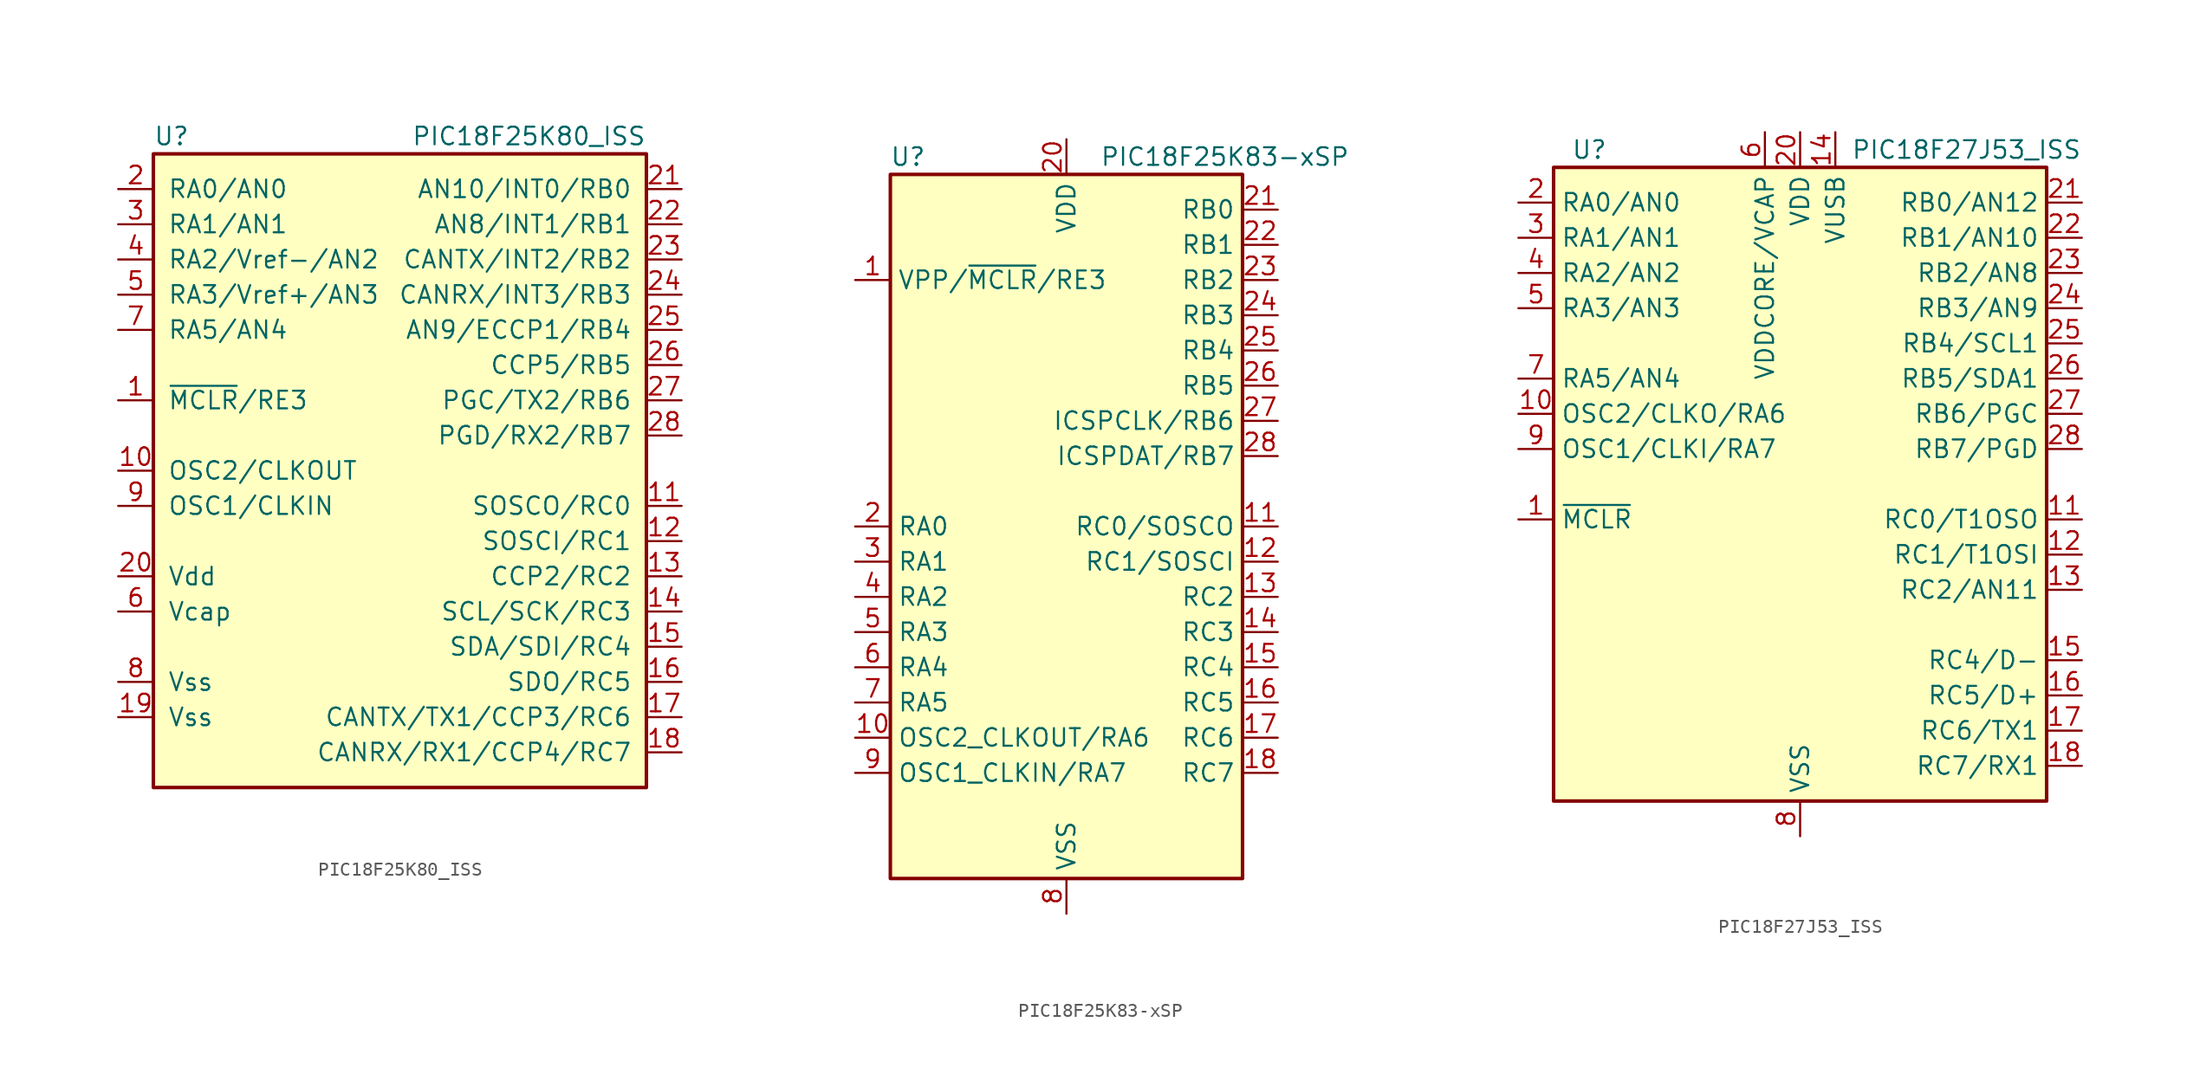
<source format=kicad_sym>
(kicad_symbol_lib
  (version 20241209)
  (generator "kicad_symbol_editor")
  (generator_version "9.0")
  (symbol "PIC18F25K80_ISS"
    (pin_names
      (offset 1.016))
    (property "Reference" "U"
      (at -17.78 24.13 0)
      (effects (font (size 1.27 1.27)) (justify left)))
    (property "Value" "PIC18F25K80_ISS"
      (at 17.78 24.13 0)
      (effects (font (size 1.27 1.27)) (justify right)))
    (symbol "PIC18F25K80_ISS_0_1"
      (rectangle (start -17.78 22.86) (end 17.78 -22.86) (stroke (width 0.254) (type default)) (fill (type background))))
    (symbol "PIC18F25K80_ISS_1_1"
      (pin bidirectional line (at -20.32 20.32 0) (length 2.54) (name "RA0/AN0" (effects (font (size 1.27 1.27)))) (number "2" (effects (font (size 1.27 1.27)))))
      (pin bidirectional line (at -20.32 17.78 0) (length 2.54) (name "RA1/AN1" (effects (font (size 1.27 1.27)))) (number "3" (effects (font (size 1.27 1.27)))))
      (pin bidirectional line (at -20.32 15.24 0) (length 2.54) (name "RA2/Vref-/AN2" (effects (font (size 1.27 1.27)))) (number "4" (effects (font (size 1.27 1.27)))))
      (pin bidirectional line (at -20.32 12.7 0) (length 2.54) (name "RA3/Vref+/AN3" (effects (font (size 1.27 1.27)))) (number "5" (effects (font (size 1.27 1.27)))))
      (pin bidirectional line (at -20.32 10.16 0) (length 2.54) (name "RA5/AN4" (effects (font (size 1.27 1.27)))) (number "7" (effects (font (size 1.27 1.27)))))
      (pin bidirectional line (at -20.32 5.08 0) (length 2.54) (name "~{MCLR}/RE3" (effects (font (size 1.27 1.27)))) (number "1" (effects (font (size 1.27 1.27)))))
      (pin input line (at -20.32 0 0) (length 2.54) (name "OSC2/CLKOUT" (effects (font (size 1.27 1.27)))) (number "10" (effects (font (size 1.27 1.27)))))
      (pin input line (at -20.32 -2.54 0) (length 2.54) (name "OSC1/CLKIN" (effects (font (size 1.27 1.27)))) (number "9" (effects (font (size 1.27 1.27)))))
      (pin power_in line (at -20.32 -7.62 0) (length 2.54) (name "Vdd" (effects (font (size 1.27 1.27)))) (number "20" (effects (font (size 1.27 1.27)))))
      (pin power_in line (at -20.32 -10.16 0) (length 2.54) (name "Vcap" (effects (font (size 1.27 1.27)))) (number "6" (effects (font (size 1.27 1.27)))))
      (pin power_in line (at -20.32 -15.24 0) (length 2.54) (name "Vss" (effects (font (size 1.27 1.27)))) (number "8" (effects (font (size 1.27 1.27)))))
      (pin power_in line (at -20.32 -17.78 0) (length 2.54) (name "Vss" (effects (font (size 1.27 1.27)))) (number "19" (effects (font (size 1.27 1.27)))))
      (pin bidirectional line (at 20.32 20.32 180) (length 2.54) (name "AN10/INT0/RB0" (effects (font (size 1.27 1.27)))) (number "21" (effects (font (size 1.27 1.27)))))
      (pin bidirectional line (at 20.32 17.78 180) (length 2.54) (name "AN8/INT1/RB1" (effects (font (size 1.27 1.27)))) (number "22" (effects (font (size 1.27 1.27)))))
      (pin bidirectional line (at 20.32 15.24 180) (length 2.54) (name "CANTX/INT2/RB2" (effects (font (size 1.27 1.27)))) (number "23" (effects (font (size 1.27 1.27)))))
      (pin bidirectional line (at 20.32 12.7 180) (length 2.54) (name "CANRX/INT3/RB3" (effects (font (size 1.27 1.27)))) (number "24" (effects (font (size 1.27 1.27)))))
      (pin bidirectional line (at 20.32 10.16 180) (length 2.54) (name "AN9/ECCP1/RB4" (effects (font (size 1.27 1.27)))) (number "25" (effects (font (size 1.27 1.27)))))
      (pin bidirectional line (at 20.32 7.62 180) (length 2.54) (name "CCP5/RB5" (effects (font (size 1.27 1.27)))) (number "26" (effects (font (size 1.27 1.27)))))
      (pin bidirectional line (at 20.32 5.08 180) (length 2.54) (name "PGC/TX2/RB6" (effects (font (size 1.27 1.27)))) (number "27" (effects (font (size 1.27 1.27)))))
      (pin bidirectional line (at 20.32 2.54 180) (length 2.54) (name "PGD/RX2/RB7" (effects (font (size 1.27 1.27)))) (number "28" (effects (font (size 1.27 1.27)))))
      (pin bidirectional line (at 20.32 -2.54 180) (length 2.54) (name "SOSCO/RC0" (effects (font (size 1.27 1.27)))) (number "11" (effects (font (size 1.27 1.27)))))
      (pin bidirectional line (at 20.32 -5.08 180) (length 2.54) (name "SOSCI/RC1" (effects (font (size 1.27 1.27)))) (number "12" (effects (font (size 1.27 1.27)))))
      (pin bidirectional line (at 20.32 -7.62 180) (length 2.54) (name "CCP2/RC2" (effects (font (size 1.27 1.27)))) (number "13" (effects (font (size 1.27 1.27)))))
      (pin bidirectional line (at 20.32 -10.16 180) (length 2.54) (name "SCL/SCK/RC3" (effects (font (size 1.27 1.27)))) (number "14" (effects (font (size 1.27 1.27)))))
      (pin bidirectional line (at 20.32 -12.7 180) (length 2.54) (name "SDA/SDI/RC4" (effects (font (size 1.27 1.27)))) (number "15" (effects (font (size 1.27 1.27)))))
      (pin bidirectional line (at 20.32 -15.24 180) (length 2.54) (name "SDO/RC5" (effects (font (size 1.27 1.27)))) (number "16" (effects (font (size 1.27 1.27)))))
      (pin bidirectional line (at 20.32 -17.78 180) (length 2.54) (name "CANTX/TX1/CCP3/RC6" (effects (font (size 1.27 1.27)))) (number "17" (effects (font (size 1.27 1.27)))))
      (pin bidirectional line (at 20.32 -20.32 180) (length 2.54) (name "CANRX/RX1/CCP4/RC7" (effects (font (size 1.27 1.27)))) (number "18" (effects (font (size 1.27 1.27)))))))
  (symbol "PIC18F25K83-xSP"
    (property "Reference" "U"
      (at -11.43 26.67 0)
      (effects (font (size 1.27 1.27))))
    (property "Value" "PIC18F25K83-xSP"
      (at 11.43 26.67 0)
      (effects (font (size 1.27 1.27))))
    (symbol "PIC18F25K83-xSP_0_1"
      (rectangle (start -12.7 -25.4) (end 12.7 25.4) (stroke (width 0.254) (type default)) (fill (type background))))
    (symbol "PIC18F25K83-xSP_1_1"
      (pin input line (at -15.24 17.78 0) (length 2.54) (name "VPP/~{MCLR}/RE3" (effects (font (size 1.27 1.27)))) (number "1" (effects (font (size 1.27 1.27)))))
      (pin bidirectional line (at -15.24 0 0) (length 2.54) (name "RA0" (effects (font (size 1.27 1.27)))) (number "2" (effects (font (size 1.27 1.27)))))
      (pin bidirectional line (at -15.24 -2.54 0) (length 2.54) (name "RA1" (effects (font (size 1.27 1.27)))) (number "3" (effects (font (size 1.27 1.27)))))
      (pin bidirectional line (at -15.24 -5.08 0) (length 2.54) (name "RA2" (effects (font (size 1.27 1.27)))) (number "4" (effects (font (size 1.27 1.27)))))
      (pin bidirectional line (at -15.24 -7.62 0) (length 2.54) (name "RA3" (effects (font (size 1.27 1.27)))) (number "5" (effects (font (size 1.27 1.27)))))
      (pin bidirectional line (at -15.24 -10.16 0) (length 2.54) (name "RA4" (effects (font (size 1.27 1.27)))) (number "6" (effects (font (size 1.27 1.27)))))
      (pin bidirectional line (at -15.24 -12.7 0) (length 2.54) (name "RA5" (effects (font (size 1.27 1.27)))) (number "7" (effects (font (size 1.27 1.27)))))
      (pin bidirectional line (at -15.24 -15.24 0) (length 2.54) (name "OSC2_CLKOUT/RA6" (effects (font (size 1.27 1.27)))) (number "10" (effects (font (size 1.27 1.27)))))
      (pin bidirectional line (at -15.24 -17.78 0) (length 2.54) (name "OSC1_CLKIN/RA7" (effects (font (size 1.27 1.27)))) (number "9" (effects (font (size 1.27 1.27)))))
      (pin power_in line (at 0 27.94 270) (length 2.54) (name "VDD" (effects (font (size 1.27 1.27)))) (number "20" (effects (font (size 1.27 1.27)))))
      (pin passive line (at 0 -27.94 90) (length 2.54) (hide yes) (name "VSS" (effects (font (size 1.27 1.27)))) (number "19" (effects (font (size 1.27 1.27)))))
      (pin power_in line (at 0 -27.94 90) (length 2.54) (name "VSS" (effects (font (size 1.27 1.27)))) (number "8" (effects (font (size 1.27 1.27)))))
      (pin bidirectional line (at 15.24 22.86 180) (length 2.54) (name "RB0" (effects (font (size 1.27 1.27)))) (number "21" (effects (font (size 1.27 1.27)))))
      (pin bidirectional line (at 15.24 20.32 180) (length 2.54) (name "RB1" (effects (font (size 1.27 1.27)))) (number "22" (effects (font (size 1.27 1.27)))))
      (pin bidirectional line (at 15.24 17.78 180) (length 2.54) (name "RB2" (effects (font (size 1.27 1.27)))) (number "23" (effects (font (size 1.27 1.27)))))
      (pin bidirectional line (at 15.24 15.24 180) (length 2.54) (name "RB3" (effects (font (size 1.27 1.27)))) (number "24" (effects (font (size 1.27 1.27)))))
      (pin bidirectional line (at 15.24 12.7 180) (length 2.54) (name "RB4" (effects (font (size 1.27 1.27)))) (number "25" (effects (font (size 1.27 1.27)))))
      (pin bidirectional line (at 15.24 10.16 180) (length 2.54) (name "RB5" (effects (font (size 1.27 1.27)))) (number "26" (effects (font (size 1.27 1.27)))))
      (pin bidirectional line (at 15.24 7.62 180) (length 2.54) (name "ICSPCLK/RB6" (effects (font (size 1.27 1.27)))) (number "27" (effects (font (size 1.27 1.27)))))
      (pin bidirectional line (at 15.24 5.08 180) (length 2.54) (name "ICSPDAT/RB7" (effects (font (size 1.27 1.27)))) (number "28" (effects (font (size 1.27 1.27)))))
      (pin bidirectional line (at 15.24 0 180) (length 2.54) (name "RC0/SOSCO" (effects (font (size 1.27 1.27)))) (number "11" (effects (font (size 1.27 1.27)))))
      (pin bidirectional line (at 15.24 -2.54 180) (length 2.54) (name "RC1/SOSCI" (effects (font (size 1.27 1.27)))) (number "12" (effects (font (size 1.27 1.27)))))
      (pin bidirectional line (at 15.24 -5.08 180) (length 2.54) (name "RC2" (effects (font (size 1.27 1.27)))) (number "13" (effects (font (size 1.27 1.27)))))
      (pin bidirectional line (at 15.24 -7.62 180) (length 2.54) (name "RC3" (effects (font (size 1.27 1.27)))) (number "14" (effects (font (size 1.27 1.27)))))
      (pin bidirectional line (at 15.24 -10.16 180) (length 2.54) (name "RC4" (effects (font (size 1.27 1.27)))) (number "15" (effects (font (size 1.27 1.27)))))
      (pin bidirectional line (at 15.24 -12.7 180) (length 2.54) (name "RC5" (effects (font (size 1.27 1.27)))) (number "16" (effects (font (size 1.27 1.27)))))
      (pin bidirectional line (at 15.24 -15.24 180) (length 2.54) (name "RC6" (effects (font (size 1.27 1.27)))) (number "17" (effects (font (size 1.27 1.27)))))
      (pin bidirectional line (at 15.24 -17.78 180) (length 2.54) (name "RC7" (effects (font (size 1.27 1.27)))) (number "18" (effects (font (size 1.27 1.27)))))))
  (symbol "PIC18F27J53_ISS"
    (property "Reference" "U"
      (at -16.51 24.13 0)
      (effects (font (size 1.27 1.27)) (justify left)))
    (property "Value" "PIC18F27J53_ISS"
      (at 20.32 24.13 0)
      (effects (font (size 1.27 1.27)) (justify right)))
    (symbol "PIC18F27J53_ISS_0_1"
      (rectangle (start 17.78 -22.86) (end -17.78 22.86) (stroke (width 0.254) (type default)) (fill (type background))))
    (symbol "PIC18F27J53_ISS_1_1"
      (pin bidirectional line (at -20.32 20.32 0) (length 2.54) (name "RA0/AN0" (effects (font (size 1.27 1.27)))) (number "2" (effects (font (size 1.27 1.27)))))
      (pin bidirectional line (at -20.32 17.78 0) (length 2.54) (name "RA1/AN1" (effects (font (size 1.27 1.27)))) (number "3" (effects (font (size 1.27 1.27)))))
      (pin bidirectional line (at -20.32 15.24 0) (length 2.54) (name "RA2/AN2" (effects (font (size 1.27 1.27)))) (number "4" (effects (font (size 1.27 1.27)))))
      (pin bidirectional line (at -20.32 12.7 0) (length 2.54) (name "RA3/AN3" (effects (font (size 1.27 1.27)))) (number "5" (effects (font (size 1.27 1.27)))))
      (pin bidirectional line (at -20.32 7.62 0) (length 2.54) (name "RA5/AN4" (effects (font (size 1.27 1.27)))) (number "7" (effects (font (size 1.27 1.27)))))
      (pin bidirectional line (at -20.32 5.08 0) (length 2.54) (name "OSC2/CLKO/RA6" (effects (font (size 1.27 1.27)))) (number "10" (effects (font (size 1.27 1.27)))))
      (pin bidirectional line (at -20.32 2.54 0) (length 2.54) (name "OSC1/CLKI/RA7" (effects (font (size 1.27 1.27)))) (number "9" (effects (font (size 1.27 1.27)))))
      (pin input line (at -20.32 -2.54 0) (length 2.54) (name "~{MCLR}" (effects (font (size 1.27 1.27)))) (number "1" (effects (font (size 1.27 1.27)))))
      (pin power_in line (at -2.54 25.4 270) (length 2.54) (name "VDDCORE/VCAP" (effects (font (size 1.27 1.27)))) (number "6" (effects (font (size 1.27 1.27)))))
      (pin power_in line (at 0 25.4 270) (length 2.54) (name "VDD" (effects (font (size 1.27 1.27)))) (number "20" (effects (font (size 1.27 1.27)))))
      (pin passive line (at 0 -25.4 90) (length 2.54) (hide yes) (name "VSS" (effects (font (size 1.27 1.27)))) (number "19" (effects (font (size 1.27 1.27)))))
      (pin power_in line (at 0 -25.4 90) (length 2.54) (name "VSS" (effects (font (size 1.27 1.27)))) (number "8" (effects (font (size 1.27 1.27)))))
      (pin power_in line (at 2.54 25.4 270) (length 2.54) (name "VUSB" (effects (font (size 1.27 1.27)))) (number "14" (effects (font (size 1.27 1.27)))))
      (pin bidirectional line (at 20.32 20.32 180) (length 2.54) (name "RB0/AN12" (effects (font (size 1.27 1.27)))) (number "21" (effects (font (size 1.27 1.27)))))
      (pin bidirectional line (at 20.32 17.78 180) (length 2.54) (name "RB1/AN10" (effects (font (size 1.27 1.27)))) (number "22" (effects (font (size 1.27 1.27)))))
      (pin bidirectional line (at 20.32 15.24 180) (length 2.54) (name "RB2/AN8" (effects (font (size 1.27 1.27)))) (number "23" (effects (font (size 1.27 1.27)))))
      (pin bidirectional line (at 20.32 12.7 180) (length 2.54) (name "RB3/AN9" (effects (font (size 1.27 1.27)))) (number "24" (effects (font (size 1.27 1.27)))))
      (pin bidirectional line (at 20.32 10.16 180) (length 2.54) (name "RB4/SCL1" (effects (font (size 1.27 1.27)))) (number "25" (effects (font (size 1.27 1.27)))))
      (pin bidirectional line (at 20.32 7.62 180) (length 2.54) (name "RB5/SDA1" (effects (font (size 1.27 1.27)))) (number "26" (effects (font (size 1.27 1.27)))))
      (pin bidirectional line (at 20.32 5.08 180) (length 2.54) (name "RB6/PGC" (effects (font (size 1.27 1.27)))) (number "27" (effects (font (size 1.27 1.27)))))
      (pin bidirectional line (at 20.32 2.54 180) (length 2.54) (name "RB7/PGD" (effects (font (size 1.27 1.27)))) (number "28" (effects (font (size 1.27 1.27)))))
      (pin bidirectional line (at 20.32 -2.54 180) (length 2.54) (name "RC0/T1OSO" (effects (font (size 1.27 1.27)))) (number "11" (effects (font (size 1.27 1.27)))))
      (pin bidirectional line (at 20.32 -5.08 180) (length 2.54) (name "RC1/T1OSI" (effects (font (size 1.27 1.27)))) (number "12" (effects (font (size 1.27 1.27)))))
      (pin bidirectional line (at 20.32 -7.62 180) (length 2.54) (name "RC2/AN11" (effects (font (size 1.27 1.27)))) (number "13" (effects (font (size 1.27 1.27)))))
      (pin bidirectional line (at 20.32 -12.7 180) (length 2.54) (name "RC4/D-" (effects (font (size 1.27 1.27)))) (number "15" (effects (font (size 1.27 1.27)))))
      (pin bidirectional line (at 20.32 -15.24 180) (length 2.54) (name "RC5/D+" (effects (font (size 1.27 1.27)))) (number "16" (effects (font (size 1.27 1.27)))))
      (pin bidirectional line (at 20.32 -17.78 180) (length 2.54) (name "RC6/TX1" (effects (font (size 1.27 1.27)))) (number "17" (effects (font (size 1.27 1.27)))))
      (pin bidirectional line (at 20.32 -20.32 180) (length 2.54) (name "RC7/RX1" (effects (font (size 1.27 1.27)))) (number "18" (effects (font (size 1.27 1.27))))))))
</source>
